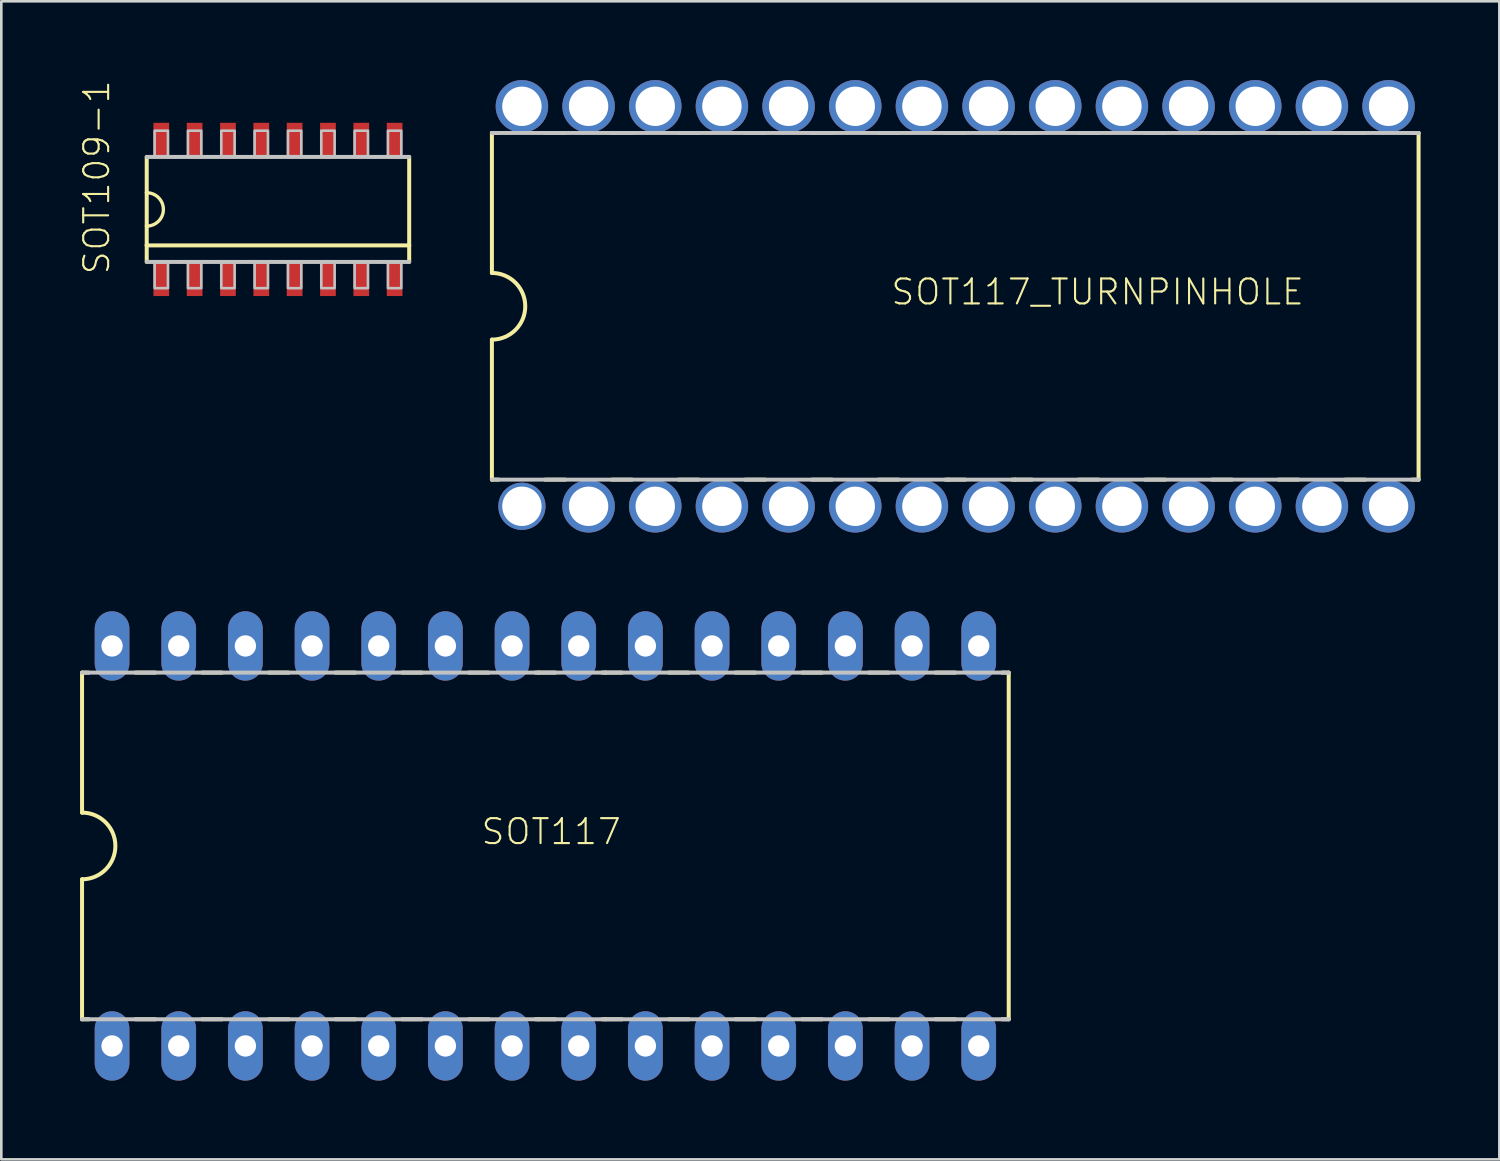
<source format=kicad_pcb>
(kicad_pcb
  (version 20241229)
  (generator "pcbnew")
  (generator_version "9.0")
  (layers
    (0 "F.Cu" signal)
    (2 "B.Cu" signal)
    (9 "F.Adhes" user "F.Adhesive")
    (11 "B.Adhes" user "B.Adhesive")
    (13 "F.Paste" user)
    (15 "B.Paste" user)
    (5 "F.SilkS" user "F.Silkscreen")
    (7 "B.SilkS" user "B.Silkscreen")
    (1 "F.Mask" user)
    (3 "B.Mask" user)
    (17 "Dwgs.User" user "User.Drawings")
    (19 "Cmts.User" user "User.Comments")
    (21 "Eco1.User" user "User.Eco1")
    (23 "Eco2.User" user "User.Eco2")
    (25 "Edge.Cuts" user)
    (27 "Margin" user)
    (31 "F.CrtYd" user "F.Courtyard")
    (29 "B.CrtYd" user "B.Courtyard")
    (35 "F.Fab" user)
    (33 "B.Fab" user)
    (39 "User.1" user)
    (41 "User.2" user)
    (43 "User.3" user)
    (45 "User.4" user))
  (footprint "SOT109-1"
    (layer "F.Cu")
    (at 7.54 4.929)
    (property "Reference" "SOT109-1" (at -6.35 2.54 90) (layer "F.SilkS") (effects (font (size 0.95 0.95) (thickness 0.08)) (justify left bottom)))
    (attr through_hole)
    (fp_line (start -5 -2) (end -5 -0.635) (stroke (width 0.152) (type solid)) (layer "F.SilkS"))
    (fp_line (start -5 -0.635) (end -5 0.635) (stroke (width 0.152) (type solid)) (layer "F.SilkS"))
    (fp_line (start -5 0.635) (end -5 1.37) (stroke (width 0.152) (type solid)) (layer "F.SilkS"))
    (fp_line (start -5 1.37) (end -5 2) (stroke (width 0.152) (type solid)) (layer "F.SilkS"))
    (fp_line (start -5 1.37) (end 5 1.37) (stroke (width 0.152) (type solid)) (layer "F.SilkS"))
    (fp_line (start 5 1.37) (end 5 -2) (stroke (width 0.152) (type solid)) (layer "F.SilkS"))
    (fp_line (start 5 2) (end 5 1.37) (stroke (width 0.152) (type solid)) (layer "F.SilkS"))
    (fp_arc (start -5 -0.635) (mid -4.365 0) (end -5 0.635) (stroke (width 0.127) (type solid)) (layer "F.SilkS"))
    (fp_line (start -5 2) (end 5 2) (stroke (width 0.152) (type solid)) (layer "Dwgs.User"))
    (fp_line (start 5 -2) (end -5 -2) (stroke (width 0.152) (type solid)) (layer "Dwgs.User"))
    (fp_poly (pts (xy -4.699 -2) (xy -4.191 -2) (xy -4.191 -3) (xy -4.699 -3)) (stroke (width 0.1) (type solid)) (fill no) (layer "Dwgs.User"))
    (fp_poly (pts (xy -4.699 3) (xy -4.191 3) (xy -4.191 2) (xy -4.699 2)) (stroke (width 0.1) (type solid)) (fill no) (layer "Dwgs.User"))
    (fp_poly (pts (xy -3.429 -2) (xy -2.921 -2) (xy -2.921 -3) (xy -3.429 -3)) (stroke (width 0.1) (type solid)) (fill no) (layer "Dwgs.User"))
    (fp_poly (pts (xy -3.429 3) (xy -2.921 3) (xy -2.921 2) (xy -3.429 2)) (stroke (width 0.1) (type solid)) (fill no) (layer "Dwgs.User"))
    (fp_poly (pts (xy -2.159 -2) (xy -1.651 -2) (xy -1.651 -3) (xy -2.159 -3)) (stroke (width 0.1) (type solid)) (fill no) (layer "Dwgs.User"))
    (fp_poly (pts (xy -2.159 3) (xy -1.651 3) (xy -1.651 2) (xy -2.159 2)) (stroke (width 0.1) (type solid)) (fill no) (layer "Dwgs.User"))
    (fp_poly (pts (xy -0.889 -2) (xy -0.381 -2) (xy -0.381 -3) (xy -0.889 -3)) (stroke (width 0.1) (type solid)) (fill no) (layer "Dwgs.User"))
    (fp_poly (pts (xy -0.889 3) (xy -0.381 3) (xy -0.381 2) (xy -0.889 2)) (stroke (width 0.1) (type solid)) (fill no) (layer "Dwgs.User"))
    (fp_poly (pts (xy 0.381 -2) (xy 0.889 -2) (xy 0.889 -3) (xy 0.381 -3)) (stroke (width 0.1) (type solid)) (fill no) (layer "Dwgs.User"))
    (fp_poly (pts (xy 0.381 3) (xy 0.889 3) (xy 0.889 2) (xy 0.381 2)) (stroke (width 0.1) (type solid)) (fill no) (layer "Dwgs.User"))
    (fp_poly (pts (xy 1.651 -2) (xy 2.159 -2) (xy 2.159 -3) (xy 1.651 -3)) (stroke (width 0.1) (type solid)) (fill no) (layer "Dwgs.User"))
    (fp_poly (pts (xy 1.651 3) (xy 2.159 3) (xy 2.159 2) (xy 1.651 2)) (stroke (width 0.1) (type solid)) (fill no) (layer "Dwgs.User"))
    (fp_poly (pts (xy 2.921 -2) (xy 3.429 -2) (xy 3.429 -3) (xy 2.921 -3)) (stroke (width 0.1) (type solid)) (fill no) (layer "Dwgs.User"))
    (fp_poly (pts (xy 2.921 3) (xy 3.429 3) (xy 3.429 2) (xy 2.921 2)) (stroke (width 0.1) (type solid)) (fill no) (layer "Dwgs.User"))
    (fp_poly (pts (xy 4.191 -2) (xy 4.699 -2) (xy 4.699 -3) (xy 4.191 -3)) (stroke (width 0.1) (type solid)) (fill no) (layer "Dwgs.User"))
    (fp_poly (pts (xy 4.191 3) (xy 4.699 3) (xy 4.699 2) (xy 4.191 2)) (stroke (width 0.1) (type solid)) (fill no) (layer "Dwgs.User"))
    (pad "1" smd rect (at -4.445 2.65) (size 0.6 1.3) (layers "F.Cu" "F.Mask" "F.Paste"))
    (pad "2" smd rect (at -3.175 2.65) (size 0.6 1.3) (layers "F.Cu" "F.Mask" "F.Paste"))
    (pad "3" smd rect (at -1.905 2.65) (size 0.6 1.3) (layers "F.Cu" "F.Mask" "F.Paste"))
    (pad "4" smd rect (at -0.635 2.65) (size 0.6 1.3) (layers "F.Cu" "F.Mask" "F.Paste"))
    (pad "5" smd rect (at 0.635 2.65) (size 0.6 1.3) (layers "F.Cu" "F.Mask" "F.Paste"))
    (pad "6" smd rect (at 1.905 2.65) (size 0.6 1.3) (layers "F.Cu" "F.Mask" "F.Paste"))
    (pad "7" smd rect (at 3.175 2.65) (size 0.6 1.3) (layers "F.Cu" "F.Mask" "F.Paste"))
    (pad "8" smd rect (at 4.445 2.65) (size 0.6 1.3) (layers "F.Cu" "F.Mask" "F.Paste"))
    (pad "9" smd rect (at 4.445 -2.65) (size 0.6 1.3) (layers "F.Cu" "F.Mask" "F.Paste"))
    (pad "10" smd rect (at 3.175 -2.65) (size 0.6 1.3) (layers "F.Cu" "F.Mask" "F.Paste"))
    (pad "11" smd rect (at 1.905 -2.65) (size 0.6 1.3) (layers "F.Cu" "F.Mask" "F.Paste"))
    (pad "12" smd rect (at 0.635 -2.65) (size 0.6 1.3) (layers "F.Cu" "F.Mask" "F.Paste"))
    (pad "13" smd rect (at -0.635 -2.65) (size 0.6 1.3) (layers "F.Cu" "F.Mask" "F.Paste"))
    (pad "14" smd rect (at -1.905 -2.65) (size 0.6 1.3) (layers "F.Cu" "F.Mask" "F.Paste"))
    (pad "15" smd rect (at -3.175 -2.65) (size 0.6 1.3) (layers "F.Cu" "F.Mask" "F.Paste"))
    (pad "16" smd rect (at -4.445 -2.65) (size 0.6 1.3) (layers "F.Cu" "F.Mask" "F.Paste")))
  (footprint "SOT117"
    (layer "F.Cu")
    (at 17.729 29.181)
    (property "Reference" "SOT117" (at -2.5 0.01 0) (layer "F.SilkS") (effects (font (size 0.95 0.95) (thickness 0.08)) (justify left bottom)))
    (attr through_hole)
    (fp_line (start -17.653 -6.604) (end -17.653 -1.27) (stroke (width 0.152) (type solid)) (layer "F.SilkS"))
    (fp_line (start -17.653 -6.604) (end -17.399 -6.604) (stroke (width 0.152) (type solid)) (layer "F.SilkS"))
    (fp_line (start -17.653 1.27) (end -17.653 6.604) (stroke (width 0.152) (type solid)) (layer "F.SilkS"))
    (fp_line (start -17.653 6.604) (end -17.399 6.604) (stroke (width 0.152) (type solid)) (layer "F.SilkS"))
    (fp_line (start -15.621 -6.604) (end -14.859 -6.604) (stroke (width 0.152) (type solid)) (layer "F.SilkS"))
    (fp_line (start -15.621 6.604) (end -14.859 6.604) (stroke (width 0.152) (type solid)) (layer "F.SilkS"))
    (fp_line (start -13.081 -6.604) (end -12.319 -6.604) (stroke (width 0.152) (type solid)) (layer "F.SilkS"))
    (fp_line (start -13.081 6.604) (end -12.319 6.604) (stroke (width 0.152) (type solid)) (layer "F.SilkS"))
    (fp_line (start -10.541 -6.604) (end -9.779 -6.604) (stroke (width 0.152) (type solid)) (layer "F.SilkS"))
    (fp_line (start -10.541 6.604) (end -9.779 6.604) (stroke (width 0.152) (type solid)) (layer "F.SilkS"))
    (fp_line (start -8.001 -6.604) (end -7.239 -6.604) (stroke (width 0.152) (type solid)) (layer "F.SilkS"))
    (fp_line (start -8.001 6.604) (end -7.239 6.604) (stroke (width 0.152) (type solid)) (layer "F.SilkS"))
    (fp_line (start -5.461 -6.604) (end -4.699 -6.604) (stroke (width 0.152) (type solid)) (layer "F.SilkS"))
    (fp_line (start -5.461 6.604) (end -4.699 6.604) (stroke (width 0.152) (type solid)) (layer "F.SilkS"))
    (fp_line (start -2.921 -6.604) (end -2.159 -6.604) (stroke (width 0.152) (type solid)) (layer "F.SilkS"))
    (fp_line (start -2.921 6.604) (end -2.159 6.604) (stroke (width 0.152) (type solid)) (layer "F.SilkS"))
    (fp_line (start -0.381 -6.604) (end -0.254 -6.604) (stroke (width 0.152) (type solid)) (layer "F.SilkS"))
    (fp_line (start -0.381 6.604) (end -0.254 6.604) (stroke (width 0.152) (type solid)) (layer "F.SilkS"))
    (fp_line (start -0.254 -6.604) (end 0.381 -6.604) (stroke (width 0.152) (type solid)) (layer "F.SilkS"))
    (fp_line (start -0.254 6.604) (end 0.381 6.604) (stroke (width 0.152) (type solid)) (layer "F.SilkS"))
    (fp_line (start 2.159 -6.604) (end 2.286 -6.604) (stroke (width 0.152) (type solid)) (layer "F.SilkS"))
    (fp_line (start 2.159 6.604) (end 2.286 6.604) (stroke (width 0.152) (type solid)) (layer "F.SilkS"))
    (fp_line (start 2.286 -6.604) (end 2.921 -6.604) (stroke (width 0.152) (type solid)) (layer "F.SilkS"))
    (fp_line (start 2.286 6.604) (end 2.921 6.604) (stroke (width 0.152) (type solid)) (layer "F.SilkS"))
    (fp_line (start 4.699 -6.604) (end 5.461 -6.604) (stroke (width 0.152) (type solid)) (layer "F.SilkS"))
    (fp_line (start 4.699 6.604) (end 5.461 6.604) (stroke (width 0.152) (type solid)) (layer "F.SilkS"))
    (fp_line (start 7.239 -6.604) (end 8.001 -6.604) (stroke (width 0.152) (type solid)) (layer "F.SilkS"))
    (fp_line (start 7.239 6.604) (end 8.001 6.604) (stroke (width 0.152) (type solid)) (layer "F.SilkS"))
    (fp_line (start 9.779 -6.604) (end 10.541 -6.604) (stroke (width 0.152) (type solid)) (layer "F.SilkS"))
    (fp_line (start 9.779 6.604) (end 10.541 6.604) (stroke (width 0.152) (type solid)) (layer "F.SilkS"))
    (fp_line (start 12.319 -6.604) (end 13.081 -6.604) (stroke (width 0.152) (type solid)) (layer "F.SilkS"))
    (fp_line (start 12.319 6.604) (end 13.081 6.604) (stroke (width 0.152) (type solid)) (layer "F.SilkS"))
    (fp_line (start 14.859 -6.604) (end 15.621 -6.604) (stroke (width 0.152) (type solid)) (layer "F.SilkS"))
    (fp_line (start 14.859 6.604) (end 15.621 6.604) (stroke (width 0.152) (type solid)) (layer "F.SilkS"))
    (fp_line (start 17.399 -6.604) (end 17.653 -6.604) (stroke (width 0.152) (type solid)) (layer "F.SilkS"))
    (fp_line (start 17.399 6.604) (end 17.653 6.604) (stroke (width 0.152) (type solid)) (layer "F.SilkS"))
    (fp_line (start 17.653 6.604) (end 17.653 -6.604) (stroke (width 0.152) (type solid)) (layer "F.SilkS"))
    (fp_arc (start -17.653 -1.27) (mid -16.383 0) (end -17.653 1.27) (stroke (width 0.1524) (type solid)) (layer "F.SilkS"))
    (fp_line (start -17.653 -6.604) (end 17.653 -6.604) (stroke (width 0.152) (type solid)) (layer "Dwgs.User"))
    (fp_line (start -17.653 6.604) (end 17.653 6.604) (stroke (width 0.152) (type solid)) (layer "Dwgs.User"))
    (pad "1" thru_hole oval (at -16.51 7.62 90) (size 2.642 1.321) (drill 0.813) (layers "*.Cu" "*.Mask"))
    (pad "2" thru_hole oval (at -13.97 7.62 90) (size 2.642 1.321) (drill 0.813) (layers "*.Cu" "*.Mask"))
    (pad "3" thru_hole oval (at -11.43 7.62 90) (size 2.642 1.321) (drill 0.813) (layers "*.Cu" "*.Mask"))
    (pad "4" thru_hole oval (at -8.89 7.62 90) (size 2.642 1.321) (drill 0.813) (layers "*.Cu" "*.Mask"))
    (pad "5" thru_hole oval (at -6.35 7.62 90) (size 2.642 1.321) (drill 0.813) (layers "*.Cu" "*.Mask"))
    (pad "6" thru_hole oval (at -3.81 7.62 90) (size 2.642 1.321) (drill 0.813) (layers "*.Cu" "*.Mask"))
    (pad "7" thru_hole oval (at -1.27 7.62 90) (size 2.642 1.321) (drill 0.813) (layers "*.Cu" "*.Mask"))
    (pad "8" thru_hole oval (at 1.27 7.62 90) (size 2.642 1.321) (drill 0.813) (layers "*.Cu" "*.Mask"))
    (pad "9" thru_hole oval (at 3.81 7.62 90) (size 2.642 1.321) (drill 0.813) (layers "*.Cu" "*.Mask"))
    (pad "10" thru_hole oval (at 6.35 7.62 90) (size 2.642 1.321) (drill 0.813) (layers "*.Cu" "*.Mask"))
    (pad "11" thru_hole oval (at 8.89 7.62 90) (size 2.642 1.321) (drill 0.813) (layers "*.Cu" "*.Mask"))
    (pad "12" thru_hole oval (at 11.43 7.62 90) (size 2.642 1.321) (drill 0.813) (layers "*.Cu" "*.Mask"))
    (pad "13" thru_hole oval (at 13.97 7.62 90) (size 2.642 1.321) (drill 0.813) (layers "*.Cu" "*.Mask"))
    (pad "14" thru_hole oval (at 16.51 7.62 90) (size 2.642 1.321) (drill 0.813) (layers "*.Cu" "*.Mask"))
    (pad "15" thru_hole oval (at 16.51 -7.62 90) (size 2.642 1.321) (drill 0.813) (layers "*.Cu" "*.Mask"))
    (pad "16" thru_hole oval (at 13.97 -7.62 90) (size 2.642 1.321) (drill 0.813) (layers "*.Cu" "*.Mask"))
    (pad "17" thru_hole oval (at 11.43 -7.62 90) (size 2.642 1.321) (drill 0.813) (layers "*.Cu" "*.Mask"))
    (pad "18" thru_hole oval (at 8.89 -7.62 90) (size 2.642 1.321) (drill 0.813) (layers "*.Cu" "*.Mask"))
    (pad "19" thru_hole oval (at 6.35 -7.62 90) (size 2.642 1.321) (drill 0.813) (layers "*.Cu" "*.Mask"))
    (pad "20" thru_hole oval (at 3.81 -7.62 90) (size 2.642 1.321) (drill 0.813) (layers "*.Cu" "*.Mask"))
    (pad "21" thru_hole oval (at 1.27 -7.62 90) (size 2.642 1.321) (drill 0.813) (layers "*.Cu" "*.Mask"))
    (pad "22" thru_hole oval (at -1.27 -7.62 90) (size 2.642 1.321) (drill 0.813) (layers "*.Cu" "*.Mask"))
    (pad "23" thru_hole oval (at -3.81 -7.62 90) (size 2.642 1.321) (drill 0.813) (layers "*.Cu" "*.Mask"))
    (pad "24" thru_hole oval (at -6.35 -7.62 90) (size 2.642 1.321) (drill 0.813) (layers "*.Cu" "*.Mask"))
    (pad "25" thru_hole oval (at -8.89 -7.62 90) (size 2.642 1.321) (drill 0.813) (layers "*.Cu" "*.Mask"))
    (pad "26" thru_hole oval (at -11.43 -7.62 90) (size 2.642 1.321) (drill 0.813) (layers "*.Cu" "*.Mask"))
    (pad "27" thru_hole oval (at -13.97 -7.62 90) (size 2.642 1.321) (drill 0.813) (layers "*.Cu" "*.Mask"))
    (pad "28" thru_hole oval (at -16.51 -7.62 90) (size 2.642 1.321) (drill 0.813) (layers "*.Cu" "*.Mask")))
  (footprint "SOT117_TURNPINHOLE"
    (layer "F.Cu")
    (at 33.345 8.62)
    (property "Reference" "SOT117_TURNPINHOLE" (at -2.5 0.01 0) (layer "F.SilkS") (effects (font (size 0.95 0.95) (thickness 0.08)) (justify left bottom)))
    (attr through_hole)
    (fp_line (start -17.653 -6.604) (end -17.653 -1.27) (stroke (width 0.152) (type solid)) (layer "F.SilkS"))
    (fp_line (start -17.653 -6.604) (end -17.399 -6.604) (stroke (width 0.152) (type solid)) (layer "F.SilkS"))
    (fp_line (start -17.653 1.27) (end -17.653 6.604) (stroke (width 0.152) (type solid)) (layer "F.SilkS"))
    (fp_line (start -17.653 6.604) (end -17.399 6.604) (stroke (width 0.152) (type solid)) (layer "F.SilkS"))
    (fp_line (start -15.621 -6.604) (end -14.859 -6.604) (stroke (width 0.152) (type solid)) (layer "F.SilkS"))
    (fp_line (start -15.621 6.604) (end -14.859 6.604) (stroke (width 0.152) (type solid)) (layer "F.SilkS"))
    (fp_line (start -13.081 -6.604) (end -12.319 -6.604) (stroke (width 0.152) (type solid)) (layer "F.SilkS"))
    (fp_line (start -13.081 6.604) (end -12.319 6.604) (stroke (width 0.152) (type solid)) (layer "F.SilkS"))
    (fp_line (start -10.541 -6.604) (end -9.779 -6.604) (stroke (width 0.152) (type solid)) (layer "F.SilkS"))
    (fp_line (start -10.541 6.604) (end -9.779 6.604) (stroke (width 0.152) (type solid)) (layer "F.SilkS"))
    (fp_line (start -8.001 -6.604) (end -7.239 -6.604) (stroke (width 0.152) (type solid)) (layer "F.SilkS"))
    (fp_line (start -8.001 6.604) (end -7.239 6.604) (stroke (width 0.152) (type solid)) (layer "F.SilkS"))
    (fp_line (start -5.461 -6.604) (end -4.699 -6.604) (stroke (width 0.152) (type solid)) (layer "F.SilkS"))
    (fp_line (start -5.461 6.604) (end -4.699 6.604) (stroke (width 0.152) (type solid)) (layer "F.SilkS"))
    (fp_line (start -2.921 -6.604) (end -2.159 -6.604) (stroke (width 0.152) (type solid)) (layer "F.SilkS"))
    (fp_line (start -2.921 6.604) (end -2.159 6.604) (stroke (width 0.152) (type solid)) (layer "F.SilkS"))
    (fp_line (start -0.381 -6.604) (end -0.254 -6.604) (stroke (width 0.152) (type solid)) (layer "F.SilkS"))
    (fp_line (start -0.381 6.604) (end -0.254 6.604) (stroke (width 0.152) (type solid)) (layer "F.SilkS"))
    (fp_line (start -0.254 -6.604) (end 0.381 -6.604) (stroke (width 0.152) (type solid)) (layer "F.SilkS"))
    (fp_line (start -0.254 6.604) (end 0.381 6.604) (stroke (width 0.152) (type solid)) (layer "F.SilkS"))
    (fp_line (start 2.159 -6.604) (end 2.286 -6.604) (stroke (width 0.152) (type solid)) (layer "F.SilkS"))
    (fp_line (start 2.159 6.604) (end 2.286 6.604) (stroke (width 0.152) (type solid)) (layer "F.SilkS"))
    (fp_line (start 2.286 -6.604) (end 2.921 -6.604) (stroke (width 0.152) (type solid)) (layer "F.SilkS"))
    (fp_line (start 2.286 6.604) (end 2.921 6.604) (stroke (width 0.152) (type solid)) (layer "F.SilkS"))
    (fp_line (start 4.699 -6.604) (end 5.461 -6.604) (stroke (width 0.152) (type solid)) (layer "F.SilkS"))
    (fp_line (start 4.699 6.604) (end 5.461 6.604) (stroke (width 0.152) (type solid)) (layer "F.SilkS"))
    (fp_line (start 7.239 -6.604) (end 8.001 -6.604) (stroke (width 0.152) (type solid)) (layer "F.SilkS"))
    (fp_line (start 7.239 6.604) (end 8.001 6.604) (stroke (width 0.152) (type solid)) (layer "F.SilkS"))
    (fp_line (start 9.779 -6.604) (end 10.541 -6.604) (stroke (width 0.152) (type solid)) (layer "F.SilkS"))
    (fp_line (start 9.779 6.604) (end 10.541 6.604) (stroke (width 0.152) (type solid)) (layer "F.SilkS"))
    (fp_line (start 12.319 -6.604) (end 13.081 -6.604) (stroke (width 0.152) (type solid)) (layer "F.SilkS"))
    (fp_line (start 12.319 6.604) (end 13.081 6.604) (stroke (width 0.152) (type solid)) (layer "F.SilkS"))
    (fp_line (start 14.859 -6.604) (end 15.621 -6.604) (stroke (width 0.152) (type solid)) (layer "F.SilkS"))
    (fp_line (start 14.859 6.604) (end 15.621 6.604) (stroke (width 0.152) (type solid)) (layer "F.SilkS"))
    (fp_line (start 17.399 -6.604) (end 17.653 -6.604) (stroke (width 0.152) (type solid)) (layer "F.SilkS"))
    (fp_line (start 17.399 6.604) (end 17.653 6.604) (stroke (width 0.152) (type solid)) (layer "F.SilkS"))
    (fp_line (start 17.653 6.604) (end 17.653 -6.604) (stroke (width 0.152) (type solid)) (layer "F.SilkS"))
    (fp_arc (start -17.653 -1.27) (mid -16.383 0) (end -17.653 1.27) (stroke (width 0.1524) (type solid)) (layer "F.SilkS"))
    (fp_line (start -17.653 -6.604) (end 17.653 -6.604) (stroke (width 0.152) (type solid)) (layer "Dwgs.User"))
    (fp_line (start -17.653 6.604) (end 17.653 6.604) (stroke (width 0.152) (type solid)) (layer "Dwgs.User"))
    (pad "1" thru_hole circle (at -16.51 7.62 90) (size 1.8 1.8) (drill 1.5) (layers "*.Cu" "*.Mask"))
    (pad "2" thru_hole circle (at -13.97 7.62 90) (size 2 2) (drill 1.5) (layers "*.Cu" "*.Mask"))
    (pad "3" thru_hole circle (at -11.43 7.62 90) (size 2 2) (drill 1.5) (layers "*.Cu" "*.Mask"))
    (pad "4" thru_hole circle (at -8.89 7.62 90) (size 2 2) (drill 1.5) (layers "*.Cu" "*.Mask"))
    (pad "5" thru_hole circle (at -6.35 7.62 90) (size 2 2) (drill 1.5) (layers "*.Cu" "*.Mask"))
    (pad "6" thru_hole circle (at -3.81 7.62 90) (size 2 2) (drill 1.5) (layers "*.Cu" "*.Mask"))
    (pad "7" thru_hole circle (at -1.27 7.62 90) (size 2 2) (drill 1.5) (layers "*.Cu" "*.Mask"))
    (pad "8" thru_hole circle (at 1.27 7.62 90) (size 2 2) (drill 1.5) (layers "*.Cu" "*.Mask"))
    (pad "9" thru_hole circle (at 3.81 7.62 90) (size 2 2) (drill 1.5) (layers "*.Cu" "*.Mask"))
    (pad "10" thru_hole circle (at 6.35 7.62 90) (size 2 2) (drill 1.5) (layers "*.Cu" "*.Mask"))
    (pad "11" thru_hole circle (at 8.89 7.62 90) (size 2 2) (drill 1.5) (layers "*.Cu" "*.Mask"))
    (pad "12" thru_hole circle (at 11.43 7.62 90) (size 2 2) (drill 1.5) (layers "*.Cu" "*.Mask"))
    (pad "13" thru_hole circle (at 13.97 7.62 90) (size 2 2) (drill 1.5) (layers "*.Cu" "*.Mask"))
    (pad "14" thru_hole circle (at 16.51 7.62 90) (size 2 2) (drill 1.5) (layers "*.Cu" "*.Mask"))
    (pad "15" thru_hole circle (at 16.51 -7.62 90) (size 2 2) (drill 1.5) (layers "*.Cu" "*.Mask"))
    (pad "16" thru_hole circle (at 13.97 -7.62 90) (size 2 2) (drill 1.5) (layers "*.Cu" "*.Mask"))
    (pad "17" thru_hole circle (at 11.43 -7.62 90) (size 2 2) (drill 1.5) (layers "*.Cu" "*.Mask"))
    (pad "18" thru_hole circle (at 8.89 -7.62 90) (size 2 2) (drill 1.5) (layers "*.Cu" "*.Mask"))
    (pad "19" thru_hole circle (at 6.35 -7.62 90) (size 2 2) (drill 1.5) (layers "*.Cu" "*.Mask"))
    (pad "20" thru_hole circle (at 3.81 -7.62 90) (size 2 2) (drill 1.5) (layers "*.Cu" "*.Mask"))
    (pad "21" thru_hole circle (at 1.27 -7.62 90) (size 2 2) (drill 1.5) (layers "*.Cu" "*.Mask"))
    (pad "22" thru_hole circle (at -1.27 -7.62 90) (size 2 2) (drill 1.5) (layers "*.Cu" "*.Mask"))
    (pad "23" thru_hole circle (at -3.81 -7.62 90) (size 2 2) (drill 1.5) (layers "*.Cu" "*.Mask"))
    (pad "24" thru_hole circle (at -6.35 -7.62 90) (size 2 2) (drill 1.5) (layers "*.Cu" "*.Mask"))
    (pad "25" thru_hole circle (at -8.89 -7.62 90) (size 2 2) (drill 1.5) (layers "*.Cu" "*.Mask"))
    (pad "26" thru_hole circle (at -11.43 -7.62 90) (size 2 2) (drill 1.5) (layers "*.Cu" "*.Mask"))
    (pad "27" thru_hole circle (at -13.97 -7.62 90) (size 2 2) (drill 1.5) (layers "*.Cu" "*.Mask"))
    (pad "28" thru_hole circle (at -16.51 -7.62 90) (size 2 2) (drill 1.5) (layers "*.Cu" "*.Mask")))
  (gr_rect
    (start -3 -3)
    (end 54.075 41.122)
    (stroke (width 0.1) (type default))
    (fill no)
    (layer "Edge.Cuts")))
</source>
